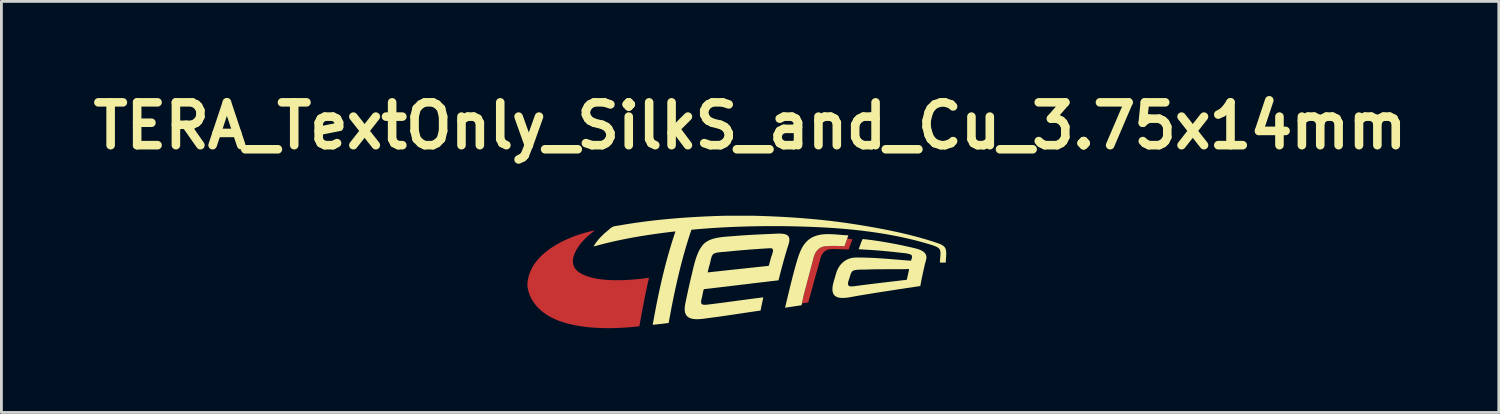
<source format=kicad_pcb>
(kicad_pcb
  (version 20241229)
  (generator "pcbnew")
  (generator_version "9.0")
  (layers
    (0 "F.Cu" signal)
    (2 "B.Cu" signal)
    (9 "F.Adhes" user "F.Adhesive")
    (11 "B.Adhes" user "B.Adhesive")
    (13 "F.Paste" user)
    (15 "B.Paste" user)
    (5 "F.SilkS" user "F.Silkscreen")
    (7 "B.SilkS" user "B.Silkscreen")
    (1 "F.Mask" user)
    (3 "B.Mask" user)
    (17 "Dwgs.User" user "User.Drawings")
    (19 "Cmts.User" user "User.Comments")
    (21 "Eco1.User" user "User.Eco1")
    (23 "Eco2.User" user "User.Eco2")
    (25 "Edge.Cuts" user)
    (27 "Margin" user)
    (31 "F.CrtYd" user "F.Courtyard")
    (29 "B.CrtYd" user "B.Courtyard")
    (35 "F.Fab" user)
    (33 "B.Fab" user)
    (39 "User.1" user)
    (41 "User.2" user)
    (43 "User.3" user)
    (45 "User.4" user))
  (footprint "TERA_TextOnly_SilkS_and_Cu_3.75x14mm"
    (layer "F.Cu")
    (at 23.637 6.592)
    (property "Reference" "TERA_TextOnly_SilkS_and_Cu_3.75x14mm" (at 0 -5.166 0) (layer "F.SilkS") (effects (font (size 1.524 1.524) (thickness 0.305))))
    (attr smd)
    (fp_poly (pts (xy 1.88 0.972) (xy 1.917 0.816) (xy 2.236 -0.389) (xy 2.24 -0.406) (xy 2.25 -0.449) (xy 2.267 -0.507) (xy 2.272 -0.525) (xy 2.281 -0.55) (xy 2.292 -0.579) (xy 2.307 -0.613) (xy 2.325 -0.649) (xy 2.348 -0.686) (xy 2.376 -0.723) (xy 2.409 -0.76) (xy 2.447 -0.793) (xy 2.491 -0.824) (xy 2.541 -0.849) (xy 2.598 -0.868) (xy 2.661 -0.879) (xy 2.725 -0.885) (xy 2.792 -0.889) (xy 2.859 -0.892) (xy 2.927 -0.893) (xy 2.993 -0.894) (xy 3.057 -0.893) (xy 3.118 -0.891) (xy 3.174 -0.889) (xy 3.224 -0.887) (xy 3.268 -0.885) (xy 3.304 -0.883) (xy 3.332 -0.881) (xy 3.349 -0.88) (xy 3.355 -0.879) (xy 3.455 -1.153) (xy 3.639 -1.129) (xy 3.503 -0.765) (xy 3.496 -0.765) (xy 3.476 -0.766) (xy 3.445 -0.768) (xy 3.403 -0.769) (xy 3.352 -0.771) (xy 3.294 -0.774) (xy 3.231 -0.775) (xy 3.163 -0.777) (xy 3.091 -0.779) (xy 3.019 -0.78) (xy 2.946 -0.78) (xy 2.874 -0.779) (xy 2.808 -0.773) (xy 2.749 -0.756) (xy 2.698 -0.731) (xy 2.654 -0.701) (xy 2.617 -0.666) (xy 2.586 -0.63) (xy 2.561 -0.593) (xy 2.542 -0.559) (xy 2.527 -0.528) (xy 2.518 -0.504) (xy 2.512 -0.488) (xy 2.51 -0.482) (xy 2.068 1.117) (xy 1.845 1.151) (xy 1.88 0.972) (xy 1.88 0.972)) (stroke (width 0) (type solid)) (fill yes) (layer "F.Cu"))
    (fp_poly (pts (xy -3.597 0.239) (xy -3.608 0.288) (xy -3.619 0.338) (xy -3.631 0.388) (xy -3.642 0.437) (xy -3.653 0.487) (xy -3.664 0.537) (xy -3.674 0.587) (xy -3.685 0.638) (xy -3.696 0.688) (xy -3.706 0.738) (xy -3.717 0.789) (xy -3.727 0.839) (xy -3.737 0.89) (xy -3.748 0.94) (xy -3.758 0.991) (xy -3.768 1.042) (xy -3.778 1.093) (xy -3.788 1.144) (xy -3.798 1.195) (xy -3.808 1.246) (xy -3.818 1.297) (xy -3.827 1.348) (xy -3.837 1.399) (xy -3.847 1.451) (xy -3.856 1.502) (xy -3.866 1.553) (xy -3.875 1.605) (xy -3.885 1.656) (xy -3.894 1.708) (xy -3.904 1.759) (xy -3.913 1.811) (xy -3.922 1.862) (xy -3.932 1.914) (xy -3.941 1.965) (xy -3.996 1.972) (xy -4.052 1.978) (xy -4.107 1.983) (xy -4.163 1.989) (xy -4.218 1.994) (xy -4.274 1.999) (xy -4.33 2.003) (xy -4.386 2.008) (xy -4.442 2.012) (xy -4.499 2.015) (xy -4.555 2.018) (xy -4.611 2.021) (xy -4.667 2.024) (xy -4.723 2.026) (xy -4.779 2.028) (xy -4.836 2.03) (xy -4.892 2.031) (xy -4.948 2.032) (xy -5.003 2.032) (xy -5.059 2.032) (xy -5.115 2.032) (xy -5.17 2.031) (xy -5.226 2.03) (xy -5.281 2.029) (xy -5.336 2.027) (xy -5.391 2.025) (xy -5.445 2.022) (xy -5.5 2.019) (xy -5.554 2.015) (xy -5.608 2.011) (xy -5.661 2.007) (xy -5.715 2.002) (xy -5.768 1.997) (xy -5.821 1.991) (xy -5.873 1.985) (xy -5.925 1.978) (xy -5.977 1.971) (xy -6.028 1.964) (xy -6.079 1.956) (xy -6.13 1.947) (xy -6.18 1.938) (xy -6.23 1.929) (xy -6.279 1.919) (xy -6.328 1.908) (xy -6.377 1.897) (xy -6.425 1.886) (xy -6.472 1.874) (xy -6.519 1.861) (xy -6.565 1.848) (xy -6.611 1.835) (xy -6.656 1.821) (xy -6.701 1.806) (xy -6.745 1.791) (xy -6.789 1.775) (xy -6.832 1.759) (xy -6.874 1.742) (xy -6.916 1.724) (xy -6.957 1.706) (xy -6.997 1.688) (xy -7.037 1.668) (xy -7.076 1.649) (xy -7.114 1.628) (xy -7.151 1.607) (xy -7.188 1.586) (xy -7.224 1.564) (xy -7.259 1.541) (xy -7.294 1.517) (xy -7.327 1.493) (xy -7.36 1.469) (xy -7.392 1.443) (xy -7.423 1.417) (xy -7.458 1.387) (xy -7.492 1.355) (xy -7.526 1.322) (xy -7.559 1.289) (xy -7.591 1.254) (xy -7.622 1.218) (xy -7.652 1.181) (xy -7.681 1.143) (xy -7.708 1.104) (xy -7.735 1.064) (xy -7.76 1.022) (xy -7.784 0.98) (xy -7.806 0.936) (xy -7.827 0.89) (xy -7.846 0.844) (xy -7.863 0.796) (xy -7.879 0.746) (xy -7.893 0.696) (xy -7.905 0.644) (xy -7.915 0.59) (xy -7.922 0.535) (xy -7.922 0.433) (xy -7.916 0.377) (xy -7.907 0.322) (xy -7.897 0.268) (xy -7.884 0.215) (xy -7.87 0.163) (xy -7.854 0.113) (xy -7.837 0.064) (xy -7.817 0.015) (xy -7.797 -0.032) (xy -7.774 -0.078) (xy -7.751 -0.123) (xy -7.726 -0.167) (xy -7.7 -0.21) (xy -7.672 -0.251) (xy -7.643 -0.292) (xy -7.614 -0.332) (xy -7.583 -0.371) (xy -7.551 -0.409) (xy -7.519 -0.446) (xy -7.485 -0.482) (xy -7.451 -0.517) (xy -7.416 -0.551) (xy -7.381 -0.584) (xy -7.345 -0.616) (xy -7.308 -0.647) (xy -7.271 -0.678) (xy -7.234 -0.707) (xy -7.197 -0.736) (xy -7.159 -0.764) (xy -7.121 -0.791) (xy -7.083 -0.817) (xy -7.045 -0.843) (xy -7.004 -0.869) (xy -6.962 -0.895) (xy -6.92 -0.921) (xy -6.878 -0.946) (xy -6.835 -0.97) (xy -6.791 -0.994) (xy -6.747 -1.018) (xy -6.702 -1.041) (xy -6.657 -1.064) (xy -6.612 -1.086) (xy -6.566 -1.107) (xy -6.519 -1.128) (xy -6.473 -1.149) (xy -6.425 -1.169) (xy -6.378 -1.189) (xy -6.33 -1.208) (xy -6.281 -1.227) (xy -6.233 -1.245) (xy -6.183 -1.263) (xy -6.134 -1.28) (xy -6.084 -1.297) (xy -6.034 -1.313) (xy -5.984 -1.329) (xy -5.933 -1.344) (xy -5.882 -1.359) (xy -5.83 -1.373) (xy -5.779 -1.387) (xy -5.727 -1.4) (xy -5.675 -1.413) (xy -5.622 -1.425) (xy -5.57 -1.437) (xy -5.517 -1.449) (xy -5.557 -1.419) (xy -5.597 -1.389) (xy -5.636 -1.359) (xy -5.674 -1.328) (xy -5.713 -1.296) (xy -5.75 -1.263) (xy -5.788 -1.23) (xy -5.824 -1.196) (xy -5.86 -1.161) (xy -5.895 -1.125) (xy -5.929 -1.089) (xy -5.963 -1.052) (xy -5.996 -1.014) (xy -6.028 -0.975) (xy -6.058 -0.935) (xy -6.088 -0.894) (xy -6.117 -0.852) (xy -6.145 -0.809) (xy -6.172 -0.765) (xy -6.194 -0.725) (xy -6.216 -0.683) (xy -6.237 -0.638) (xy -6.256 -0.591) (xy -6.273 -0.543) (xy -6.287 -0.493) (xy -6.298 -0.442) (xy -6.304 -0.391) (xy -6.306 -0.339) (xy -6.302 -0.288) (xy -6.293 -0.236) (xy -6.278 -0.188) (xy -6.258 -0.143) (xy -6.234 -0.102) (xy -6.206 -0.063) (xy -6.174 -0.028) (xy -6.138 0.005) (xy -6.1 0.036) (xy -6.06 0.064) (xy -6.017 0.089) (xy -5.973 0.113) (xy -5.935 0.131) (xy -5.896 0.148) (xy -5.856 0.164) (xy -5.815 0.18) (xy -5.773 0.194) (xy -5.73 0.208) (xy -5.685 0.221) (xy -5.64 0.233) (xy -5.594 0.244) (xy -5.547 0.255) (xy -5.499 0.264) (xy -5.45 0.273) (xy -5.401 0.281) (xy -5.351 0.289) (xy -5.3 0.295) (xy -5.249 0.301) (xy -5.197 0.307) (xy -5.145 0.311) (xy -5.092 0.315) (xy -5.038 0.319) (xy -4.985 0.322) (xy -4.931 0.324) (xy -4.876 0.326) (xy -4.822 0.327) (xy -4.767 0.327) (xy -4.712 0.327) (xy -4.657 0.327) (xy -4.602 0.326) (xy -4.547 0.325) (xy -4.491 0.323) (xy -4.436 0.321) (xy -4.381 0.318) (xy -4.326 0.315) (xy -4.272 0.311) (xy -4.217 0.307) (xy -4.163 0.303) (xy -4.109 0.299) (xy -4.055 0.294) (xy -4.002 0.289) (xy -3.949 0.283) (xy -3.897 0.278) (xy -3.846 0.272) (xy -3.794 0.266) (xy -3.744 0.259) (xy -3.694 0.253) (xy -3.645 0.246) (xy -3.597 0.239)) (stroke (width 0) (type solid)) (fill yes) (layer "F.Cu"))
    (fp_poly (pts (xy 1.83 1.217) (xy 1.243 1.306) (xy 1.244 1.303) (xy 1.246 1.293) (xy 1.25 1.279) (xy 1.255 1.258) (xy 1.261 1.233) (xy 1.268 1.202) (xy 1.276 1.168) (xy 1.285 1.128) (xy 1.295 1.085) (xy 1.306 1.039) (xy 1.318 0.989) (xy 1.331 0.936) (xy 1.344 0.88) (xy 1.358 0.822) (xy 1.373 0.762) (xy 1.388 0.7) (xy 1.404 0.637) (xy 1.42 0.572) (xy 1.436 0.506) (xy 1.452 0.44) (xy 1.469 0.374) (xy 1.486 0.307) (xy 1.503 0.241) (xy 1.519 0.176) (xy 1.536 0.111) (xy 1.553 0.048) (xy 1.569 -0.014) (xy 1.585 -0.074) (xy 1.601 -0.132) (xy 1.617 -0.187) (xy 1.632 -0.24) (xy 1.646 -0.29) (xy 1.662 -0.343) (xy 1.677 -0.395) (xy 1.694 -0.446) (xy 1.71 -0.497) (xy 1.727 -0.547) (xy 1.745 -0.596) (xy 1.763 -0.644) (xy 1.782 -0.691) (xy 1.802 -0.736) (xy 1.824 -0.781) (xy 1.846 -0.824) (xy 1.87 -0.866) (xy 1.896 -0.907) (xy 1.923 -0.946) (xy 1.952 -0.983) (xy 1.982 -1.018) (xy 2.013 -1.052) (xy 2.046 -1.083) (xy 2.081 -1.113) (xy 2.118 -1.14) (xy 2.156 -1.166) (xy 2.196 -1.189) (xy 2.238 -1.211) (xy 2.281 -1.23) (xy 2.327 -1.247) (xy 2.374 -1.263) (xy 2.423 -1.276) (xy 2.474 -1.287) (xy 2.528 -1.296) (xy 2.583 -1.303) (xy 2.64 -1.308) (xy 2.693 -1.311) (xy 2.745 -1.312) (xy 2.796 -1.313) (xy 2.847 -1.312) (xy 2.898 -1.31) (xy 2.948 -1.308) (xy 2.998 -1.305) (xy 3.048 -1.301) (xy 3.098 -1.298) (xy 3.147 -1.293) (xy 3.196 -1.289) (xy 3.246 -1.285) (xy 3.295 -1.281) (xy 3.344 -1.277) (xy 3.394 -1.274) (xy 3.444 -1.271) (xy 3.494 -1.269) (xy 3.482 -1.23) (xy 3.467 -1.192) (xy 3.455 -1.153) (xy 3.355 -0.879) (xy 3.349 -0.88) (xy 3.332 -0.881) (xy 3.304 -0.883) (xy 3.268 -0.885) (xy 3.224 -0.887) (xy 3.174 -0.889) (xy 3.118 -0.891) (xy 3.057 -0.893) (xy 2.993 -0.894) (xy 2.927 -0.893) (xy 2.859 -0.892) (xy 2.792 -0.889) (xy 2.725 -0.885) (xy 2.661 -0.879) (xy 2.598 -0.868) (xy 2.541 -0.849) (xy 2.491 -0.824) (xy 2.447 -0.793) (xy 2.409 -0.76) (xy 2.376 -0.723) (xy 2.348 -0.686) (xy 2.325 -0.649) (xy 2.307 -0.613) (xy 2.292 -0.579) (xy 2.281 -0.55) (xy 2.272 -0.525) (xy 2.267 -0.507) (xy 2.25 -0.449) (xy 2.24 -0.406) (xy 2.236 -0.389) (xy 1.917 0.816) (xy 1.88 0.972) (xy 1.845 1.151) (xy 1.835 1.192) (xy 1.83 1.217)) (stroke (width 0) (type solid)) (fill yes) (layer "F.SilkS"))
    (fp_poly (pts (xy 6.272 -0.508) (xy 5.574 0.312) (xy 5.585 0.264) (xy 5.595 0.216) (xy 5.606 0.169) (xy 5.617 0.121) (xy 5.627 0.074) (xy 5.637 0.026) (xy 5.647 -0.023) (xy 5.656 -0.071) (xy 5.607 -0.07) (xy 5.557 -0.068) (xy 5.506 -0.067) (xy 5.455 -0.066) (xy 5.403 -0.065) (xy 5.351 -0.065) (xy 5.299 -0.064) (xy 5.246 -0.064) (xy 5.194 -0.064) (xy 5.14 -0.064) (xy 5.087 -0.064) (xy 5.033 -0.064) (xy 4.98 -0.064) (xy 4.926 -0.064) (xy 4.872 -0.064) (xy 4.818 -0.064) (xy 4.764 -0.063) (xy 4.71 -0.063) (xy 4.656 -0.063) (xy 4.602 -0.063) (xy 4.548 -0.062) (xy 4.494 -0.062) (xy 4.44 -0.061) (xy 4.387 -0.06) (xy 4.334 -0.059) (xy 4.281 -0.058) (xy 4.228 -0.056) (xy 4.176 -0.054) (xy 4.124 -0.052) (xy 4.072 -0.05) (xy 4.019 -0.05) (xy 3.966 -0.05) (xy 3.914 -0.049) (xy 3.863 -0.047) (xy 3.814 -0.044) (xy 3.768 -0.039) (xy 3.726 -0.031) (xy 3.687 -0.019) (xy 3.654 -0.004) (xy 3.625 0.02) (xy 3.602 0.054) (xy 3.582 0.096) (xy 3.566 0.142) (xy 3.551 0.191) (xy 3.537 0.239) (xy 3.524 0.28) (xy 3.507 0.328) (xy 3.492 0.379) (xy 3.482 0.43) (xy 3.483 0.477) (xy 3.498 0.515) (xy 3.524 0.535) (xy 3.561 0.545) (xy 3.606 0.548) (xy 3.654 0.545) (xy 3.7 0.54) (xy 3.741 0.535) (xy 3.794 0.528) (xy 3.847 0.521) (xy 3.9 0.514) (xy 3.952 0.507) (xy 4.005 0.5) (xy 4.058 0.494) (xy 4.111 0.487) (xy 4.163 0.48) (xy 4.216 0.474) (xy 4.268 0.467) (xy 4.321 0.461) (xy 4.373 0.454) (xy 4.426 0.448) (xy 4.478 0.442) (xy 4.531 0.435) (xy 4.583 0.429) (xy 4.635 0.423) (xy 4.687 0.416) (xy 4.74 0.41) (xy 4.792 0.404) (xy 4.844 0.398) (xy 4.896 0.392) (xy 4.949 0.385) (xy 5.001 0.379) (xy 5.053 0.373) (xy 5.105 0.367) (xy 5.157 0.361) (xy 5.209 0.355) (xy 5.261 0.349) (xy 5.314 0.342) (xy 5.366 0.336) (xy 5.418 0.33) (xy 5.47 0.324) (xy 5.522 0.318) (xy 5.574 0.312) (xy 5.574 0.312) (xy 6.272 -0.508) (xy 6.272 -0.464) (xy 6.266 -0.42) (xy 6.256 -0.376) (xy 6.243 -0.332) (xy 6.23 -0.289) (xy 6.219 -0.246) (xy 6.208 -0.199) (xy 6.197 -0.151) (xy 6.186 -0.102) (xy 6.175 -0.054) (xy 6.164 -0.005) (xy 6.153 0.044) (xy 6.142 0.094) (xy 6.132 0.143) (xy 6.122 0.193) (xy 6.111 0.242) (xy 6.101 0.292) (xy 6.091 0.341) (xy 6.082 0.39) (xy 6.072 0.439) (xy 6.063 0.487) (xy 6.054 0.535) (xy 6.002 0.543) (xy 5.949 0.55) (xy 5.897 0.558) (xy 5.845 0.566) (xy 5.793 0.574) (xy 5.74 0.582) (xy 5.688 0.59) (xy 5.636 0.597) (xy 5.584 0.605) (xy 5.532 0.613) (xy 5.48 0.621) (xy 5.428 0.629) (xy 5.377 0.637) (xy 5.325 0.644) (xy 5.273 0.652) (xy 5.221 0.66) (xy 5.169 0.668) (xy 5.118 0.676) (xy 5.066 0.684) (xy 5.014 0.692) (xy 4.962 0.7) (xy 4.91 0.708) (xy 4.859 0.716) (xy 4.807 0.724) (xy 4.755 0.732) (xy 4.703 0.74) (xy 4.651 0.748) (xy 4.599 0.756) (xy 4.547 0.765) (xy 4.495 0.773) (xy 4.443 0.781) (xy 4.391 0.789) (xy 4.339 0.798) (xy 4.287 0.806) (xy 4.234 0.815) (xy 4.182 0.823) (xy 4.13 0.832) (xy 4.077 0.84) (xy 4.025 0.849) (xy 3.972 0.858) (xy 3.919 0.866) (xy 3.866 0.875) (xy 3.814 0.884) (xy 3.774 0.891) (xy 3.732 0.899) (xy 3.689 0.907) (xy 3.645 0.915) (xy 3.599 0.924) (xy 3.552 0.932) (xy 3.505 0.939) (xy 3.458 0.946) (xy 3.411 0.951) (xy 3.364 0.955) (xy 3.318 0.957) (xy 3.273 0.958) (xy 3.23 0.956) (xy 3.188 0.951) (xy 3.148 0.944) (xy 3.111 0.933) (xy 3.076 0.919) (xy 3.044 0.902) (xy 3.015 0.88) (xy 2.99 0.855) (xy 2.969 0.825) (xy 2.952 0.79) (xy 2.939 0.75) (xy 2.931 0.704) (xy 2.928 0.654) (xy 2.929 0.604) (xy 2.934 0.554) (xy 2.942 0.505) (xy 2.953 0.456) (xy 2.965 0.408) (xy 2.978 0.361) (xy 2.991 0.316) (xy 3.004 0.273) (xy 3.018 0.222) (xy 3.033 0.172) (xy 3.047 0.124) (xy 3.061 0.077) (xy 3.076 0.031) (xy 3.094 -0.014) (xy 3.113 -0.058) (xy 3.135 -0.101) (xy 3.159 -0.142) (xy 3.185 -0.181) (xy 3.213 -0.218) (xy 3.244 -0.253) (xy 3.276 -0.287) (xy 3.31 -0.317) (xy 3.347 -0.346) (xy 3.385 -0.372) (xy 3.425 -0.396) (xy 3.468 -0.417) (xy 3.512 -0.435) (xy 3.559 -0.45) (xy 3.607 -0.462) (xy 3.658 -0.471) (xy 3.71 -0.477) (xy 3.765 -0.479) (xy 3.821 -0.479) (xy 3.876 -0.479) (xy 3.931 -0.479) (xy 3.986 -0.479) (xy 4.041 -0.478) (xy 4.095 -0.477) (xy 4.148 -0.475) (xy 4.202 -0.473) (xy 4.255 -0.472) (xy 4.308 -0.469) (xy 4.361 -0.467) (xy 4.413 -0.464) (xy 4.466 -0.462) (xy 4.518 -0.459) (xy 4.569 -0.455) (xy 4.621 -0.452) (xy 4.672 -0.449) (xy 4.723 -0.445) (xy 4.774 -0.441) (xy 4.825 -0.438) (xy 4.876 -0.434) (xy 4.926 -0.43) (xy 4.977 -0.426) (xy 5.027 -0.422) (xy 5.077 -0.418) (xy 5.127 -0.413) (xy 5.177 -0.409) (xy 5.227 -0.405) (xy 5.277 -0.401) (xy 5.327 -0.397) (xy 5.377 -0.393) (xy 5.426 -0.389) (xy 5.476 -0.385) (xy 5.526 -0.381) (xy 5.575 -0.378) (xy 5.625 -0.374) (xy 5.675 -0.371) (xy 5.724 -0.367) (xy 5.737 -0.408) (xy 5.752 -0.454) (xy 5.76 -0.501) (xy 5.754 -0.547) (xy 5.737 -0.568) (xy 5.708 -0.587) (xy 5.668 -0.602) (xy 5.62 -0.615) (xy 5.568 -0.625) (xy 5.513 -0.633) (xy 5.459 -0.64) (xy 5.408 -0.645) (xy 5.363 -0.649) (xy 5.327 -0.653) (xy 5.276 -0.66) (xy 5.225 -0.665) (xy 5.174 -0.671) (xy 5.122 -0.677) (xy 5.07 -0.683) (xy 5.018 -0.688) (xy 4.966 -0.693) (xy 4.913 -0.698) (xy 4.861 -0.703) (xy 4.808 -0.708) (xy 4.755 -0.713) (xy 4.702 -0.718) (xy 4.649 -0.722) (xy 4.596 -0.727) (xy 4.543 -0.731) (xy 4.49 -0.735) (xy 4.437 -0.739) (xy 4.384 -0.743) (xy 4.331 -0.747) (xy 4.278 -0.75) (xy 4.225 -0.754) (xy 4.173 -0.757) (xy 4.121 -0.76) (xy 4.068 -0.763) (xy 4.016 -0.766) (xy 3.965 -0.769) (xy 3.913 -0.772) (xy 3.862 -0.775) (xy 3.879 -0.82) (xy 3.896 -0.868) (xy 3.914 -0.918) (xy 3.931 -0.967) (xy 3.949 -1.015) (xy 3.967 -1.061) (xy 3.985 -1.102) (xy 4.003 -1.138) (xy 4.056 -1.133) (xy 4.108 -1.127) (xy 4.161 -1.121) (xy 4.214 -1.114) (xy 4.266 -1.108) (xy 4.319 -1.101) (xy 4.372 -1.094) (xy 4.424 -1.086) (xy 4.477 -1.079) (xy 4.53 -1.071) (xy 4.582 -1.063) (xy 4.635 -1.055) (xy 4.687 -1.047) (xy 4.74 -1.038) (xy 4.792 -1.029) (xy 4.844 -1.02) (xy 4.896 -1.011) (xy 4.948 -1.002) (xy 5 -0.993) (xy 5.052 -0.983) (xy 5.103 -0.973) (xy 5.155 -0.964) (xy 5.206 -0.953) (xy 5.257 -0.943) (xy 5.308 -0.933) (xy 5.359 -0.923) (xy 5.41 -0.912) (xy 5.46 -0.901) (xy 5.51 -0.89) (xy 5.56 -0.879) (xy 5.61 -0.868) (xy 5.66 -0.857) (xy 5.709 -0.846) (xy 5.758 -0.835) (xy 5.807 -0.823) (xy 5.852 -0.812) (xy 5.898 -0.801) (xy 5.945 -0.787) (xy 5.992 -0.773) (xy 6.038 -0.756) (xy 6.083 -0.736) (xy 6.124 -0.714) (xy 6.163 -0.689) (xy 6.197 -0.661) (xy 6.225 -0.629) (xy 6.248 -0.593) (xy 6.264 -0.553) (xy 6.272 -0.508)) (stroke (width 0) (type solid)) (fill yes) (layer "F.SilkS"))
    (fp_poly (pts (xy 1.384 -1.197) (xy 0.744 -0.479) (xy 0.754 -0.51) (xy 0.77 -0.553) (xy 0.787 -0.602) (xy 0.802 -0.654) (xy 0.812 -0.705) (xy 0.813 -0.75) (xy 0.802 -0.784) (xy 0.77 -0.806) (xy 0.721 -0.811) (xy 0.661 -0.809) (xy 0.611 -0.806) (xy 0.561 -0.803) (xy 0.51 -0.799) (xy 0.459 -0.796) (xy 0.407 -0.793) (xy 0.356 -0.79) (xy 0.304 -0.786) (xy 0.251 -0.782) (xy 0.199 -0.779) (xy 0.146 -0.775) (xy 0.094 -0.771) (xy 0.041 -0.767) (xy -0.012 -0.763) (xy -0.065 -0.759) (xy -0.118 -0.755) (xy -0.171 -0.75) (xy -0.224 -0.746) (xy -0.277 -0.742) (xy -0.33 -0.737) (xy -0.383 -0.732) (xy -0.436 -0.728) (xy -0.488 -0.723) (xy -0.541 -0.718) (xy -0.593 -0.713) (xy -0.645 -0.708) (xy -0.697 -0.703) (xy -0.749 -0.698) (xy -0.801 -0.693) (xy -0.852 -0.687) (xy -0.897 -0.683) (xy -0.947 -0.68) (xy -0.999 -0.676) (xy -1.053 -0.671) (xy -1.106 -0.665) (xy -1.157 -0.658) (xy -1.205 -0.648) (xy -1.248 -0.636) (xy -1.284 -0.62) (xy -1.312 -0.6) (xy -1.34 -0.567) (xy -1.361 -0.527) (xy -1.378 -0.48) (xy -1.392 -0.431) (xy -1.403 -0.381) (xy -1.414 -0.333) (xy -1.424 -0.29) (xy -1.437 -0.24) (xy -1.451 -0.192) (xy -1.464 -0.145) (xy -1.476 -0.098) (xy -1.489 -0.051) (xy -1.5 -0.002) (xy -1.511 0.05) (xy -1.46 0.044) (xy -1.408 0.039) (xy -1.356 0.033) (xy -1.305 0.027) (xy -1.253 0.022) (xy -1.201 0.016) (xy -1.15 0.011) (xy -1.098 0.005) (xy -1.046 -0.001) (xy -0.995 -0.006) (xy -0.943 -0.012) (xy -0.891 -0.018) (xy -0.84 -0.023) (xy -0.788 -0.029) (xy -0.736 -0.034) (xy -0.685 -0.04) (xy -0.633 -0.046) (xy -0.581 -0.051) (xy -0.53 -0.057) (xy -0.478 -0.062) (xy -0.426 -0.068) (xy -0.374 -0.073) (xy -0.323 -0.079) (xy -0.271 -0.085) (xy -0.219 -0.09) (xy -0.168 -0.096) (xy -0.116 -0.101) (xy -0.064 -0.107) (xy -0.012 -0.112) (xy 0.039 -0.118) (xy 0.091 -0.123) (xy 0.143 -0.129) (xy 0.195 -0.134) (xy 0.247 -0.14) (xy 0.298 -0.145) (xy 0.35 -0.151) (xy 0.402 -0.156) (xy 0.454 -0.161) (xy 0.506 -0.167) (xy 0.558 -0.172) (xy 0.61 -0.178) (xy 0.661 -0.183) (xy 0.677 -0.233) (xy 0.69 -0.28) (xy 0.703 -0.327) (xy 0.715 -0.374) (xy 0.729 -0.425) (xy 0.744 -0.479) (xy 1.384 -1.197) (xy 1.395 -1.15) (xy 1.397 -1.101) (xy 1.392 -1.051) (xy 1.382 -0.999) (xy 1.368 -0.948) (xy 1.352 -0.898) (xy 1.336 -0.849) (xy 1.321 -0.804) (xy 1.307 -0.757) (xy 1.292 -0.709) (xy 1.278 -0.661) (xy 1.263 -0.611) (xy 1.249 -0.562) (xy 1.234 -0.511) (xy 1.22 -0.46) (xy 1.206 -0.409) (xy 1.191 -0.358) (xy 1.177 -0.306) (xy 1.163 -0.255) (xy 1.149 -0.203) (xy 1.135 -0.152) (xy 1.121 -0.101) (xy 1.108 -0.05) (xy 1.095 -0.000054) (xy 1.082 0.05) (xy 1.069 0.099) (xy 1.057 0.147) (xy 1.045 0.195) (xy 1.033 0.241) (xy 1.022 0.287) (xy 1.011 0.331) (xy 0.958 0.337) (xy 0.906 0.343) (xy 0.854 0.349) (xy 0.802 0.355) (xy 0.749 0.361) (xy 0.697 0.367) (xy 0.645 0.374) (xy 0.593 0.38) (xy 0.541 0.386) (xy 0.489 0.392) (xy 0.437 0.398) (xy 0.384 0.404) (xy 0.332 0.411) (xy 0.28 0.417) (xy 0.228 0.423) (xy 0.176 0.429) (xy 0.124 0.435) (xy 0.072 0.442) (xy 0.02 0.448) (xy -0.032 0.454) (xy -0.084 0.46) (xy -0.136 0.467) (xy -0.188 0.473) (xy -0.24 0.479) (xy -0.292 0.485) (xy -0.344 0.492) (xy -0.396 0.498) (xy -0.448 0.504) (xy -0.501 0.51) (xy -0.553 0.517) (xy -0.605 0.523) (xy -0.657 0.529) (xy -0.709 0.535) (xy -0.761 0.542) (xy -0.813 0.548) (xy -0.865 0.554) (xy -0.917 0.56) (xy -0.969 0.567) (xy -1.021 0.573) (xy -1.073 0.579) (xy -1.125 0.585) (xy -1.177 0.591) (xy -1.23 0.597) (xy -1.282 0.604) (xy -1.334 0.61) (xy -1.386 0.616) (xy -1.438 0.622) (xy -1.49 0.628) (xy -1.543 0.634) (xy -1.595 0.64) (xy -1.647 0.646) (xy -1.662 0.693) (xy -1.674 0.742) (xy -1.684 0.793) (xy -1.694 0.846) (xy -1.705 0.903) (xy -1.715 0.942) (xy -1.727 0.988) (xy -1.738 1.036) (xy -1.744 1.084) (xy -1.742 1.128) (xy -1.73 1.165) (xy -1.704 1.187) (xy -1.664 1.198) (xy -1.616 1.202) (xy -1.564 1.2) (xy -1.513 1.195) (xy -1.468 1.189) (xy -1.416 1.183) (xy -1.364 1.177) (xy -1.312 1.17) (xy -1.26 1.164) (xy -1.208 1.157) (xy -1.155 1.15) (xy -1.103 1.143) (xy -1.05 1.137) (xy -0.997 1.13) (xy -0.944 1.123) (xy -0.891 1.116) (xy -0.838 1.108) (xy -0.785 1.101) (xy -0.732 1.094) (xy -0.679 1.087) (xy -0.626 1.08) (xy -0.573 1.073) (xy -0.52 1.066) (xy -0.467 1.058) (xy -0.414 1.051) (xy -0.361 1.044) (xy -0.308 1.037) (xy -0.255 1.03) (xy -0.202 1.023) (xy -0.15 1.016) (xy -0.097 1.009) (xy -0.045 1.002) (xy 0.007 0.995) (xy 0.059 0.988) (xy 0.111 0.982) (xy 0.163 0.975) (xy 0.214 0.968) (xy 0.265 0.962) (xy 0.316 0.956) (xy 0.367 0.949) (xy 0.417 0.943) (xy 0.467 0.937) (xy 0.458 0.985) (xy 0.449 1.032) (xy 0.439 1.079) (xy 0.429 1.126) (xy 0.419 1.173) (xy 0.409 1.22) (xy 0.399 1.266) (xy 0.39 1.313) (xy 0.38 1.36) (xy 0.37 1.408) (xy 0.321 1.414) (xy 0.271 1.421) (xy 0.221 1.428) (xy 0.171 1.435) (xy 0.121 1.443) (xy 0.07 1.45) (xy 0.019 1.457) (xy -0.031 1.465) (xy -0.082 1.472) (xy -0.134 1.48) (xy -0.185 1.488) (xy -0.236 1.495) (xy -0.288 1.503) (xy -0.339 1.511) (xy -0.391 1.519) (xy -0.443 1.526) (xy -0.495 1.534) (xy -0.547 1.542) (xy -0.599 1.55) (xy -0.651 1.558) (xy -0.703 1.565) (xy -0.755 1.573) (xy -0.807 1.581) (xy -0.86 1.588) (xy -0.912 1.596) (xy -0.964 1.603) (xy -1.016 1.611) (xy -1.068 1.618) (xy -1.12 1.625) (xy -1.172 1.633) (xy -1.224 1.64) (xy -1.276 1.646) (xy -1.328 1.653) (xy -1.38 1.66) (xy -1.424 1.666) (xy -1.469 1.672) (xy -1.515 1.678) (xy -1.562 1.685) (xy -1.609 1.691) (xy -1.657 1.697) (xy -1.704 1.703) (xy -1.752 1.707) (xy -1.799 1.711) (xy -1.845 1.713) (xy -1.891 1.714) (xy -1.936 1.713) (xy -1.979 1.71) (xy -2.021 1.706) (xy -2.061 1.698) (xy -2.099 1.689) (xy -2.136 1.676) (xy -2.169 1.661) (xy -2.2 1.642) (xy -2.229 1.62) (xy -2.254 1.594) (xy -2.276 1.564) (xy -2.294 1.53) (xy -2.309 1.492) (xy -2.32 1.45) (xy -2.326 1.403) (xy -2.328 1.353) (xy -2.326 1.304) (xy -2.322 1.255) (xy -2.315 1.207) (xy -2.306 1.159) (xy -2.296 1.113) (xy -2.287 1.068) (xy -2.276 1.016) (xy -2.266 0.964) (xy -2.255 0.913) (xy -2.244 0.862) (xy -2.233 0.812) (xy -2.222 0.761) (xy -2.211 0.711) (xy -2.2 0.661) (xy -2.189 0.61) (xy -2.178 0.56) (xy -2.167 0.51) (xy -2.155 0.46) (xy -2.144 0.409) (xy -2.132 0.358) (xy -2.12 0.307) (xy -2.108 0.256) (xy -2.096 0.204) (xy -2.083 0.152) (xy -2.071 0.101) (xy -2.059 0.05) (xy -2.047 -0.002) (xy -2.035 -0.054) (xy -2.023 -0.106) (xy -2.01 -0.158) (xy -1.996 -0.21) (xy -1.983 -0.262) (xy -1.969 -0.313) (xy -1.954 -0.364) (xy -1.938 -0.415) (xy -1.922 -0.464) (xy -1.905 -0.513) (xy -1.887 -0.561) (xy -1.868 -0.609) (xy -1.849 -0.654) (xy -1.828 -0.699) (xy -1.806 -0.742) (xy -1.783 -0.784) (xy -1.758 -0.825) (xy -1.732 -0.863) (xy -1.705 -0.9) (xy -1.676 -0.935) (xy -1.646 -0.967) (xy -1.614 -0.996) (xy -1.58 -1.023) (xy -1.543 -1.047) (xy -1.505 -1.07) (xy -1.465 -1.09) (xy -1.423 -1.109) (xy -1.38 -1.125) (xy -1.335 -1.141) (xy -1.289 -1.154) (xy -1.242 -1.166) (xy -1.193 -1.177) (xy -1.143 -1.186) (xy -1.093 -1.195) (xy -1.041 -1.202) (xy -0.989 -1.209) (xy -0.935 -1.215) (xy -0.882 -1.22) (xy -0.828 -1.225) (xy -0.773 -1.229) (xy -0.718 -1.233) (xy -0.663 -1.237) (xy -0.608 -1.241) (xy -0.553 -1.245) (xy -0.498 -1.25) (xy -0.445 -1.254) (xy -0.393 -1.258) (xy -0.341 -1.262) (xy -0.289 -1.266) (xy -0.237 -1.269) (xy -0.186 -1.273) (xy -0.134 -1.276) (xy -0.082 -1.279) (xy -0.031 -1.282) (xy 0.021 -1.285) (xy 0.073 -1.288) (xy 0.124 -1.291) (xy 0.176 -1.294) (xy 0.228 -1.296) (xy 0.279 -1.299) (xy 0.331 -1.301) (xy 0.383 -1.304) (xy 0.436 -1.306) (xy 0.488 -1.308) (xy 0.54 -1.311) (xy 0.593 -1.313) (xy 0.646 -1.316) (xy 0.699 -1.318) (xy 0.752 -1.32) (xy 0.806 -1.323) (xy 0.86 -1.325) (xy 0.914 -1.328) (xy 0.964 -1.33) (xy 1.016 -1.331) (xy 1.069 -1.331) (xy 1.121 -1.329) (xy 1.172 -1.323) (xy 1.22 -1.315) (xy 1.265 -1.302) (xy 1.305 -1.285) (xy 1.339 -1.262) (xy 1.365 -1.233) (xy 1.384 -1.197)) (stroke (width 0) (type solid)) (fill yes) (layer "F.SilkS"))
    (fp_poly (pts (xy 6.942 -0.818) (xy 6.957 -0.781) (xy 6.968 -0.739) (xy 6.974 -0.694) (xy 6.977 -0.645) (xy 6.977 -0.595) (xy 6.975 -0.544) (xy 6.972 -0.492) (xy 6.968 -0.441) (xy 6.965 -0.391) (xy 6.962 -0.344) (xy 6.961 -0.299) (xy 6.908 -0.3) (xy 6.854 -0.299) (xy 6.801 -0.299) (xy 6.753 -0.304) (xy 6.753 -0.348) (xy 6.756 -0.395) (xy 6.76 -0.444) (xy 6.764 -0.494) (xy 6.769 -0.544) (xy 6.771 -0.593) (xy 6.772 -0.64) (xy 6.769 -0.685) (xy 6.761 -0.726) (xy 6.748 -0.763) (xy 6.728 -0.794) (xy 6.704 -0.818) (xy 6.671 -0.841) (xy 6.632 -0.862) (xy 6.589 -0.881) (xy 6.541 -0.9) (xy 6.492 -0.917) (xy 6.442 -0.932) (xy 6.393 -0.947) (xy 6.345 -0.961) (xy 6.302 -0.974) (xy 6.256 -0.987) (xy 6.209 -1.001) (xy 6.163 -1.014) (xy 6.116 -1.027) (xy 6.069 -1.04) (xy 6.021 -1.053) (xy 5.974 -1.066) (xy 5.926 -1.078) (xy 5.878 -1.091) (xy 5.83 -1.103) (xy 5.782 -1.115) (xy 5.733 -1.127) (xy 5.685 -1.138) (xy 5.636 -1.15) (xy 5.587 -1.161) (xy 5.537 -1.172) (xy 5.488 -1.183) (xy 5.438 -1.194) (xy 5.388 -1.205) (xy 5.338 -1.215) (xy 5.288 -1.226) (xy 5.237 -1.236) (xy 5.187 -1.246) (xy 5.136 -1.256) (xy 5.085 -1.266) (xy 5.034 -1.275) (xy 4.983 -1.285) (xy 4.931 -1.294) (xy 4.88 -1.303) (xy 4.828 -1.312) (xy 4.776 -1.321) (xy 4.724 -1.329) (xy 4.672 -1.338) (xy 4.62 -1.346) (xy 4.567 -1.354) (xy 4.515 -1.362) (xy 4.462 -1.37) (xy 4.409 -1.378) (xy 4.356 -1.386) (xy 4.303 -1.393) (xy 4.25 -1.4) (xy 4.196 -1.407) (xy 4.143 -1.414) (xy 4.089 -1.421) (xy 4.036 -1.428) (xy 3.982 -1.434) (xy 3.928 -1.441) (xy 3.874 -1.447) (xy 3.82 -1.453) (xy 3.766 -1.459) (xy 3.711 -1.465) (xy 3.657 -1.47) (xy 3.603 -1.476) (xy 3.548 -1.481) (xy 3.494 -1.486) (xy 3.439 -1.491) (xy 3.384 -1.496) (xy 3.329 -1.501) (xy 3.274 -1.506) (xy 3.219 -1.51) (xy 3.164 -1.515) (xy 3.109 -1.519) (xy 3.054 -1.523) (xy 2.999 -1.527) (xy 2.944 -1.531) (xy 2.888 -1.534) (xy 2.833 -1.538) (xy 2.778 -1.541) (xy 2.722 -1.544) (xy 2.667 -1.548) (xy 2.611 -1.551) (xy 2.558 -1.553) (xy 2.505 -1.556) (xy 2.452 -1.559) (xy 2.398 -1.561) (xy 2.345 -1.563) (xy 2.292 -1.566) (xy 2.238 -1.568) (xy 2.185 -1.57) (xy 2.131 -1.572) (xy 2.077 -1.574) (xy 2.024 -1.576) (xy 1.97 -1.578) (xy 1.916 -1.58) (xy 1.862 -1.581) (xy 1.808 -1.583) (xy 1.754 -1.585) (xy 1.701 -1.586) (xy 1.647 -1.587) (xy 1.593 -1.589) (xy 1.538 -1.59) (xy 1.484 -1.591) (xy 1.43 -1.592) (xy 1.376 -1.593) (xy 1.322 -1.594) (xy 1.268 -1.594) (xy 1.214 -1.595) (xy 1.16 -1.596) (xy 1.106 -1.596) (xy 1.051 -1.597) (xy 0.997 -1.597) (xy 0.943 -1.597) (xy 0.889 -1.597) (xy 0.835 -1.597) (xy 0.781 -1.597) (xy 0.727 -1.597) (xy 0.673 -1.597) (xy 0.618 -1.597) (xy 0.564 -1.597) (xy 0.51 -1.596) (xy 0.457 -1.596) (xy 0.403 -1.595) (xy 0.349 -1.595) (xy 0.295 -1.594) (xy 0.241 -1.593) (xy 0.187 -1.592) (xy 0.134 -1.591) (xy 0.08 -1.59) (xy 0.026 -1.589) (xy -0.027 -1.588) (xy -0.081 -1.586) (xy -0.134 -1.585) (xy -0.187 -1.583) (xy -0.241 -1.582) (xy -0.294 -1.58) (xy -0.347 -1.578) (xy -0.4 -1.576) (xy -0.453 -1.575) (xy -0.506 -1.573) (xy -0.559 -1.57) (xy -0.612 -1.568) (xy -0.664 -1.566) (xy -0.717 -1.564) (xy -0.769 -1.561) (xy -0.821 -1.559) (xy -0.874 -1.556) (xy -0.926 -1.553) (xy -0.978 -1.551) (xy -1.03 -1.548) (xy -1.081 -1.545) (xy -1.133 -1.542) (xy -1.185 -1.539) (xy -1.236 -1.536) (xy -1.287 -1.532) (xy -1.339 -1.529) (xy -1.39 -1.525) (xy -1.44 -1.522) (xy -1.491 -1.518) (xy -1.542 -1.515) (xy -1.592 -1.511) (xy -1.643 -1.507) (xy -1.693 -1.503) (xy -1.743 -1.499) (xy -1.793 -1.495) (xy -1.842 -1.491) (xy -1.892 -1.486) (xy -1.941 -1.482) (xy -1.99 -1.477) (xy -2.039 -1.473) (xy -2.088 -1.468) (xy -2.104 -1.421) (xy -2.12 -1.373) (xy -2.136 -1.326) (xy -2.152 -1.278) (xy -2.167 -1.23) (xy -2.183 -1.182) (xy -2.198 -1.134) (xy -2.213 -1.085) (xy -2.228 -1.037) (xy -2.243 -0.988) (xy -2.258 -0.939) (xy -2.273 -0.891) (xy -2.287 -0.842) (xy -2.301 -0.792) (xy -2.316 -0.743) (xy -2.33 -0.694) (xy -2.344 -0.644) (xy -2.358 -0.595) (xy -2.372 -0.545) (xy -2.385 -0.495) (xy -2.399 -0.445) (xy -2.412 -0.395) (xy -2.426 -0.345) (xy -2.439 -0.295) (xy -2.452 -0.244) (xy -2.465 -0.194) (xy -2.478 -0.143) (xy -2.49 -0.093) (xy -2.503 -0.042) (xy -2.516 0.009) (xy -2.528 0.06) (xy -2.54 0.111) (xy -2.553 0.163) (xy -2.565 0.214) (xy -2.577 0.265) (xy -2.589 0.317) (xy -2.601 0.369) (xy -2.612 0.42) (xy -2.624 0.472) (xy -2.636 0.524) (xy -2.647 0.576) (xy -2.659 0.628) (xy -2.67 0.68) (xy -2.681 0.733) (xy -2.692 0.785) (xy -2.703 0.838) (xy -2.714 0.89) (xy -2.725 0.943) (xy -2.736 0.995) (xy -2.746 1.048) (xy -2.757 1.101) (xy -2.768 1.154) (xy -2.778 1.207) (xy -2.789 1.26) (xy -2.799 1.313) (xy -2.809 1.367) (xy -2.819 1.42) (xy -2.829 1.473) (xy -2.839 1.527) (xy -2.849 1.58) (xy -2.859 1.634) (xy -2.869 1.688) (xy -2.879 1.741) (xy -2.889 1.795) (xy -2.898 1.849) (xy -2.949 1.855) (xy -3.001 1.861) (xy -3.053 1.868) (xy -3.106 1.874) (xy -3.158 1.881) (xy -3.211 1.887) (xy -3.263 1.893) (xy -3.315 1.898) (xy -3.366 1.904) (xy -3.417 1.908) (xy -3.466 1.912) (xy -3.456 1.858) (xy -3.447 1.804) (xy -3.437 1.75) (xy -3.427 1.696) (xy -3.417 1.642) (xy -3.407 1.589) (xy -3.398 1.535) (xy -3.387 1.482) (xy -3.377 1.428) (xy -3.367 1.375) (xy -3.357 1.321) (xy -3.347 1.268) (xy -3.336 1.215) (xy -3.326 1.162) (xy -3.315 1.109) (xy -3.304 1.056) (xy -3.294 1.003) (xy -3.283 0.951) (xy -3.272 0.898) (xy -3.261 0.845) (xy -3.25 0.793) (xy -3.238 0.741) (xy -3.227 0.688) (xy -3.216 0.636) (xy -3.204 0.584) (xy -3.193 0.532) (xy -3.181 0.48) (xy -3.169 0.428) (xy -3.157 0.377) (xy -3.145 0.325) (xy -3.133 0.274) (xy -3.121 0.222) (xy -3.109 0.171) (xy -3.096 0.12) (xy -3.084 0.069) (xy -3.071 0.018) (xy -3.059 -0.033) (xy -3.046 -0.084) (xy -3.033 -0.135) (xy -3.02 -0.185) (xy -3.007 -0.235) (xy -2.994 -0.286) (xy -2.98 -0.336) (xy -2.967 -0.386) (xy -2.953 -0.436) (xy -2.939 -0.486) (xy -2.926 -0.536) (xy -2.912 -0.585) (xy -2.898 -0.635) (xy -2.883 -0.684) (xy -2.869 -0.733) (xy -2.855 -0.783) (xy -2.84 -0.832) (xy -2.826 -0.881) (xy -2.811 -0.929) (xy -2.796 -0.978) (xy -2.781 -1.027) (xy -2.766 -1.075) (xy -2.75 -1.123) (xy -2.735 -1.171) (xy -2.719 -1.219) (xy -2.704 -1.267) (xy -2.688 -1.315) (xy -2.672 -1.362) (xy -2.656 -1.41) (xy -2.71 -1.404) (xy -2.764 -1.397) (xy -2.819 -1.391) (xy -2.873 -1.385) (xy -2.927 -1.378) (xy -2.981 -1.371) (xy -3.034 -1.365) (xy -3.088 -1.358) (xy -3.142 -1.351) (xy -3.195 -1.344) (xy -3.249 -1.336) (xy -3.302 -1.329) (xy -3.355 -1.322) (xy -3.408 -1.314) (xy -3.461 -1.307) (xy -3.514 -1.299) (xy -3.567 -1.291) (xy -3.619 -1.283) (xy -3.672 -1.275) (xy -3.724 -1.267) (xy -3.776 -1.258) (xy -3.829 -1.25) (xy -3.881 -1.242) (xy -3.933 -1.233) (xy -3.984 -1.224) (xy -4.036 -1.215) (xy -4.088 -1.206) (xy -4.139 -1.197) (xy -4.19 -1.188) (xy -4.241 -1.178) (xy -4.292 -1.169) (xy -4.343 -1.159) (xy -4.394 -1.149) (xy -4.445 -1.139) (xy -4.495 -1.129) (xy -4.546 -1.119) (xy -4.596 -1.109) (xy -4.646 -1.098) (xy -4.696 -1.088) (xy -4.746 -1.077) (xy -4.796 -1.066) (xy -4.845 -1.055) (xy -4.895 -1.044) (xy -4.944 -1.033) (xy -4.993 -1.021) (xy -5.042 -1.009) (xy -5.091 -0.998) (xy -5.139 -0.986) (xy -5.188 -0.974) (xy -5.236 -0.962) (xy -5.284 -0.949) (xy -5.333 -0.937) (xy -5.38 -0.924) (xy -5.428 -0.911) (xy -5.476 -0.898) (xy -5.523 -0.885) (xy -5.57 -0.872) (xy -5.546 -0.914) (xy -5.519 -0.956) (xy -5.492 -0.997) (xy -5.462 -1.038) (xy -5.432 -1.077) (xy -5.4 -1.116) (xy -5.367 -1.154) (xy -5.333 -1.191) (xy -5.298 -1.228) (xy -5.262 -1.263) (xy -5.226 -1.298) (xy -5.189 -1.332) (xy -5.151 -1.366) (xy -5.114 -1.398) (xy -5.076 -1.429) (xy -5.037 -1.462) (xy -4.996 -1.498) (xy -4.955 -1.531) (xy -4.913 -1.56) (xy -4.872 -1.58) (xy -4.831 -1.592) (xy -4.786 -1.601) (xy -4.737 -1.608) (xy -4.688 -1.616) (xy -4.639 -1.623) (xy -4.591 -1.632) (xy -4.543 -1.64) (xy -4.494 -1.649) (xy -4.446 -1.657) (xy -4.397 -1.665) (xy -4.348 -1.673) (xy -4.299 -1.681) (xy -4.25 -1.688) (xy -4.2 -1.696) (xy -4.151 -1.703) (xy -4.101 -1.711) (xy -4.051 -1.718) (xy -4.001 -1.725) (xy -3.951 -1.732) (xy -3.901 -1.739) (xy -3.851 -1.746) (xy -3.801 -1.753) (xy -3.75 -1.759) (xy -3.699 -1.766) (xy -3.649 -1.772) (xy -3.598 -1.778) (xy -3.547 -1.784) (xy -3.496 -1.79) (xy -3.444 -1.796) (xy -3.393 -1.802) (xy -3.342 -1.808) (xy -3.29 -1.814) (xy -3.238 -1.819) (xy -3.187 -1.825) (xy -3.135 -1.83) (xy -3.083 -1.835) (xy -3.031 -1.84) (xy -2.978 -1.845) (xy -2.926 -1.85) (xy -2.874 -1.855) (xy -2.821 -1.86) (xy -2.769 -1.864) (xy -2.716 -1.869) (xy -2.664 -1.873) (xy -2.611 -1.877) (xy -2.558 -1.882) (xy -2.505 -1.886) (xy -2.452 -1.89) (xy -2.399 -1.894) (xy -2.346 -1.897) (xy -2.293 -1.901) (xy -2.239 -1.905) (xy -2.186 -1.908) (xy -2.133 -1.912) (xy -2.079 -1.915) (xy -2.026 -1.918) (xy -1.972 -1.922) (xy -1.918 -1.925) (xy -1.865 -1.928) (xy -1.811 -1.93) (xy -1.757 -1.933) (xy -1.703 -1.936) (xy -1.65 -1.939) (xy -1.596 -1.941) (xy -1.542 -1.944) (xy -1.488 -1.946) (xy -1.434 -1.948) (xy -1.379 -1.95) (xy -1.325 -1.953) (xy -1.271 -1.955) (xy -1.217 -1.957) (xy -1.163 -1.958) (xy -1.109 -1.96) (xy -1.054 -1.962) (xy -1 -1.963) (xy -0.946 -1.965) (xy -0.891 -1.966) (xy -0.837 -1.968) (xy 0.07 -1.968) (xy 0.124 -1.966) (xy 0.178 -1.965) (xy 0.232 -1.964) (xy 0.286 -1.962) (xy 0.34 -1.96) (xy 0.394 -1.959) (xy 0.448 -1.957) (xy 0.502 -1.955) (xy 0.556 -1.953) (xy 0.61 -1.951) (xy 0.664 -1.949) (xy 0.717 -1.947) (xy 0.771 -1.945) (xy 0.825 -1.942) (xy 0.878 -1.94) (xy 0.932 -1.937) (xy 0.985 -1.935) (xy 1.038 -1.932) (xy 1.092 -1.929) (xy 1.145 -1.927) (xy 1.198 -1.924) (xy 1.251 -1.921) (xy 1.304 -1.918) (xy 1.357 -1.914) (xy 1.41 -1.911) (xy 1.463 -1.908) (xy 1.516 -1.904) (xy 1.569 -1.901) (xy 1.621 -1.897) (xy 1.674 -1.893) (xy 1.727 -1.89) (xy 1.779 -1.886) (xy 1.831 -1.882) (xy 1.884 -1.878) (xy 1.936 -1.873) (xy 1.988 -1.869) (xy 2.041 -1.865) (xy 2.093 -1.86) (xy 2.145 -1.856) (xy 2.197 -1.851) (xy 2.248 -1.846) (xy 2.3 -1.841) (xy 2.352 -1.836) (xy 2.404 -1.831) (xy 2.455 -1.826) (xy 2.507 -1.821) (xy 2.558 -1.816) (xy 2.61 -1.81) (xy 2.661 -1.805) (xy 2.712 -1.799) (xy 2.763 -1.793) (xy 2.814 -1.788) (xy 2.866 -1.782) (xy 2.916 -1.776) (xy 2.967 -1.769) (xy 3.018 -1.763) (xy 3.069 -1.757) (xy 3.119 -1.75) (xy 3.17 -1.744) (xy 3.22 -1.737) (xy 3.271 -1.731) (xy 3.321 -1.724) (xy 3.371 -1.717) (xy 3.421 -1.71) (xy 3.471 -1.703) (xy 3.521 -1.695) (xy 3.571 -1.688) (xy 3.621 -1.68) (xy 3.671 -1.673) (xy 3.72 -1.665) (xy 3.77 -1.657) (xy 3.823 -1.649) (xy 3.877 -1.64) (xy 3.93 -1.631) (xy 3.984 -1.623) (xy 4.037 -1.614) (xy 4.09 -1.605) (xy 4.144 -1.596) (xy 4.197 -1.587) (xy 4.25 -1.578) (xy 4.303 -1.568) (xy 4.356 -1.559) (xy 4.409 -1.55) (xy 4.462 -1.54) (xy 4.514 -1.53) (xy 4.567 -1.521) (xy 4.62 -1.511) (xy 4.672 -1.501) (xy 4.725 -1.491) (xy 4.777 -1.481) (xy 4.829 -1.47) (xy 4.881 -1.46) (xy 4.934 -1.449) (xy 4.986 -1.439) (xy 5.037 -1.428) (xy 5.089 -1.417) (xy 5.141 -1.406) (xy 5.192 -1.395) (xy 5.244 -1.384) (xy 5.295 -1.372) (xy 5.346 -1.361) (xy 5.398 -1.349) (xy 5.448 -1.337) (xy 5.499 -1.325) (xy 5.55 -1.313) (xy 5.601 -1.301) (xy 5.651 -1.289) (xy 5.701 -1.276) (xy 5.751 -1.263) (xy 5.801 -1.251) (xy 5.851 -1.238) (xy 5.901 -1.224) (xy 5.951 -1.211) (xy 6 -1.198) (xy 6.049 -1.184) (xy 6.098 -1.17) (xy 6.147 -1.156) (xy 6.196 -1.142) (xy 6.244 -1.128) (xy 6.293 -1.114) (xy 6.341 -1.099) (xy 6.389 -1.084) (xy 6.437 -1.069) (xy 6.485 -1.054) (xy 6.532 -1.039) (xy 6.579 -1.023) (xy 6.626 -1.007) (xy 6.673 -0.991) (xy 6.721 -0.974) (xy 6.767 -0.955) (xy 6.811 -0.934) (xy 6.852 -0.91) (xy 6.888 -0.883) (xy 6.918 -0.853) (xy 6.942 -0.818) (xy 6.942 -0.818)) (stroke (width 0) (type solid)) (fill yes) (layer "F.SilkS")))
  (gr_rect
    (start -3 -3)
    (end 50.273 11.625)
    (stroke (width 0.1) (type default))
    (fill no)
    (layer "Edge.Cuts")))
</source>
